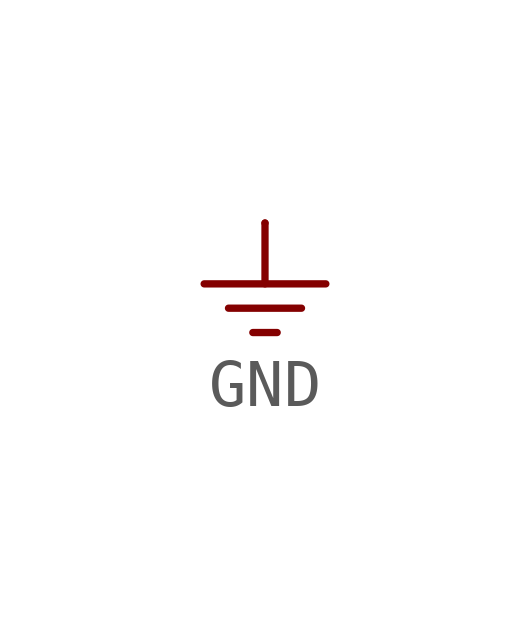
<source format=kicad_sym>
(kicad_symbol_lib
  (version 20231120)
  (generator "kicad_symbol_editor")
  (generator_version "8.0")
  (symbol "GND"
    (power)
    (pin_numbers hide)
    (pin_names
      (offset 0) hide)
    (property "Reference" "#PWR"
      (at 0 -3.81 0)
      (effects (font (size 1.27 1.27)) (hide yes)))
    (symbol "GND_0_1"
      (polyline (pts (xy -1.27 0) (xy 1.27 0)) (stroke (width 0) (type default)) (fill (type none)))
      (polyline (pts (xy -0.762 -0.508) (xy 0.762 -0.508)) (stroke (width 0) (type default)) (fill (type none)))
      (polyline (pts (xy -0.254 -1.016) (xy 0.254 -1.016)) (stroke (width 0) (type default)) (fill (type none)))
      (polyline (pts (xy 0 1.27) (xy 0 0)) (stroke (width 0) (type default)) (fill (type none))))
    (symbol "GND_1_1"
      (pin power_in line (at 0 1.27 90) (length 0) (name "~" (effects (font (size 1.27 1.27)))) (number "1" (effects (font (size 1.27 1.27))))))))
</source>
